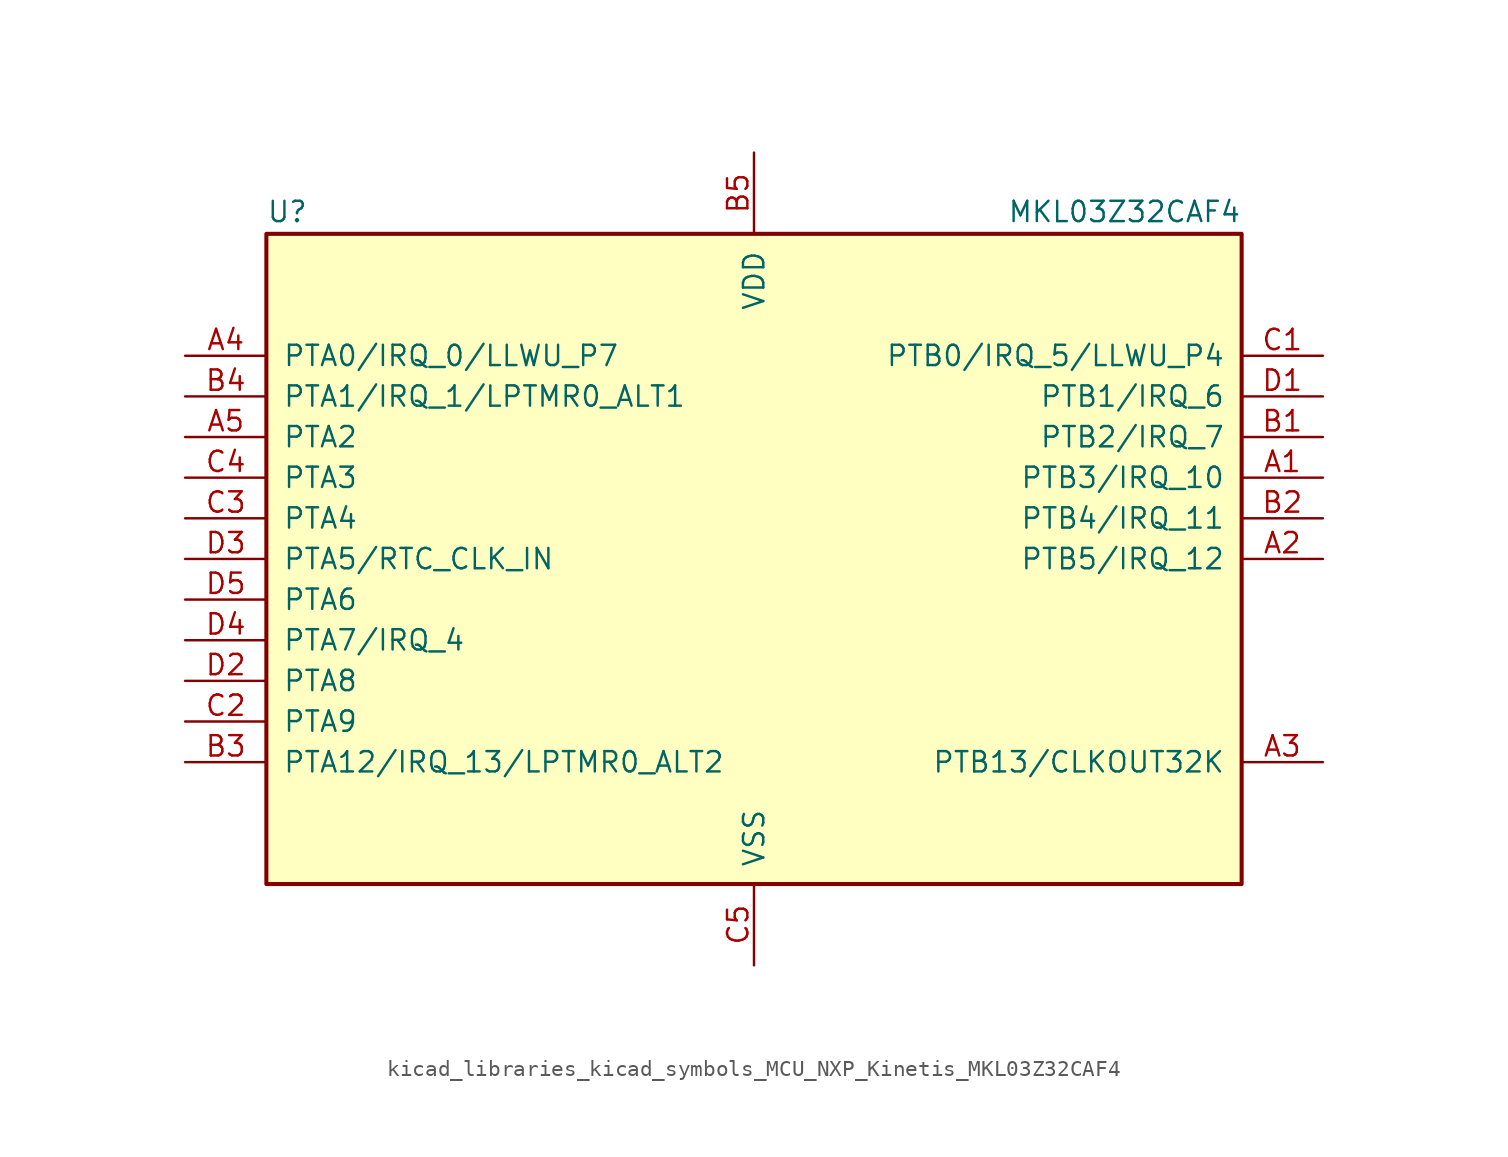
<source format=kicad_sym>
(kicad_symbol_lib
  (version 20220914)
  (generator kicad_symbol_editor)
  (symbol "kicad_libraries_kicad_symbols_MCU_NXP_Kinetis_MKL03Z32CAF4"
    (pin_names
      (offset 1.016))
    (property "Reference" "U"
      (at -30.48 20.955 0)
      (effects (font (size 1.27 1.27)) (justify left bottom)))
    (property "Value" "MKL03Z32CAF4"
      (at 30.48 20.955 0)
      (effects (font (size 1.27 1.27)) (justify right bottom)))
    (symbol "kicad_libraries_kicad_symbols_MCU_NXP_Kinetis_MKL03Z32CAF4_0_1"
      (rectangle (start -30.48 20.32) (end 30.48 -20.32) (stroke (width 0.254) (type default)) (fill (type background))))
    (symbol "kicad_libraries_kicad_symbols_MCU_NXP_Kinetis_MKL03Z32CAF4_1_1"
      (pin bidirectional line (at 35.56 5.08 180) (length 5.08) (name "PTB3/IRQ_10" (effects (font (size 1.27 1.27)))) (number "A1" (effects (font (size 1.27 1.27)))))
      (pin bidirectional line (at 35.56 0 180) (length 5.08) (name "PTB5/IRQ_12" (effects (font (size 1.27 1.27)))) (number "A2" (effects (font (size 1.27 1.27)))))
      (pin bidirectional line (at 35.56 -12.7 180) (length 5.08) (name "PTB13/CLKOUT32K" (effects (font (size 1.27 1.27)))) (number "A3" (effects (font (size 1.27 1.27)))))
      (pin bidirectional line (at -35.56 12.7 0) (length 5.08) (name "PTA0/IRQ_0/LLWU_P7" (effects (font (size 1.27 1.27)))) (number "A4" (effects (font (size 1.27 1.27)))))
      (pin bidirectional line (at -35.56 7.62 0) (length 5.08) (name "PTA2" (effects (font (size 1.27 1.27)))) (number "A5" (effects (font (size 1.27 1.27)))))
      (pin bidirectional line (at 35.56 7.62 180) (length 5.08) (name "PTB2/IRQ_7" (effects (font (size 1.27 1.27)))) (number "B1" (effects (font (size 1.27 1.27)))))
      (pin bidirectional line (at 35.56 2.54 180) (length 5.08) (name "PTB4/IRQ_11" (effects (font (size 1.27 1.27)))) (number "B2" (effects (font (size 1.27 1.27)))))
      (pin bidirectional line (at -35.56 -12.7 0) (length 5.08) (name "PTA12/IRQ_13/LPTMR0_ALT2" (effects (font (size 1.27 1.27)))) (number "B3" (effects (font (size 1.27 1.27)))))
      (pin bidirectional line (at -35.56 10.16 0) (length 5.08) (name "PTA1/IRQ_1/LPTMR0_ALT1" (effects (font (size 1.27 1.27)))) (number "B4" (effects (font (size 1.27 1.27)))))
      (pin power_in line (at 0 25.4 270) (length 5.08) (name "VDD" (effects (font (size 1.27 1.27)))) (number "B5" (effects (font (size 1.27 1.27)))))
      (pin bidirectional line (at 35.56 12.7 180) (length 5.08) (name "PTB0/IRQ_5/LLWU_P4" (effects (font (size 1.27 1.27)))) (number "C1" (effects (font (size 1.27 1.27)))))
      (pin bidirectional line (at -35.56 -10.16 0) (length 5.08) (name "PTA9" (effects (font (size 1.27 1.27)))) (number "C2" (effects (font (size 1.27 1.27)))))
      (pin bidirectional line (at -35.56 2.54 0) (length 5.08) (name "PTA4" (effects (font (size 1.27 1.27)))) (number "C3" (effects (font (size 1.27 1.27)))))
      (pin bidirectional line (at -35.56 5.08 0) (length 5.08) (name "PTA3" (effects (font (size 1.27 1.27)))) (number "C4" (effects (font (size 1.27 1.27)))))
      (pin power_in line (at 0 -25.4 90) (length 5.08) (name "VSS" (effects (font (size 1.27 1.27)))) (number "C5" (effects (font (size 1.27 1.27)))))
      (pin bidirectional line (at 35.56 10.16 180) (length 5.08) (name "PTB1/IRQ_6" (effects (font (size 1.27 1.27)))) (number "D1" (effects (font (size 1.27 1.27)))))
      (pin bidirectional line (at -35.56 -7.62 0) (length 5.08) (name "PTA8" (effects (font (size 1.27 1.27)))) (number "D2" (effects (font (size 1.27 1.27)))))
      (pin bidirectional line (at -35.56 0 0) (length 5.08) (name "PTA5/RTC_CLK_IN" (effects (font (size 1.27 1.27)))) (number "D3" (effects (font (size 1.27 1.27)))))
      (pin bidirectional line (at -35.56 -5.08 0) (length 5.08) (name "PTA7/IRQ_4" (effects (font (size 1.27 1.27)))) (number "D4" (effects (font (size 1.27 1.27)))))
      (pin bidirectional line (at -35.56 -2.54 0) (length 5.08) (name "PTA6" (effects (font (size 1.27 1.27)))) (number "D5" (effects (font (size 1.27 1.27))))))))
</source>
